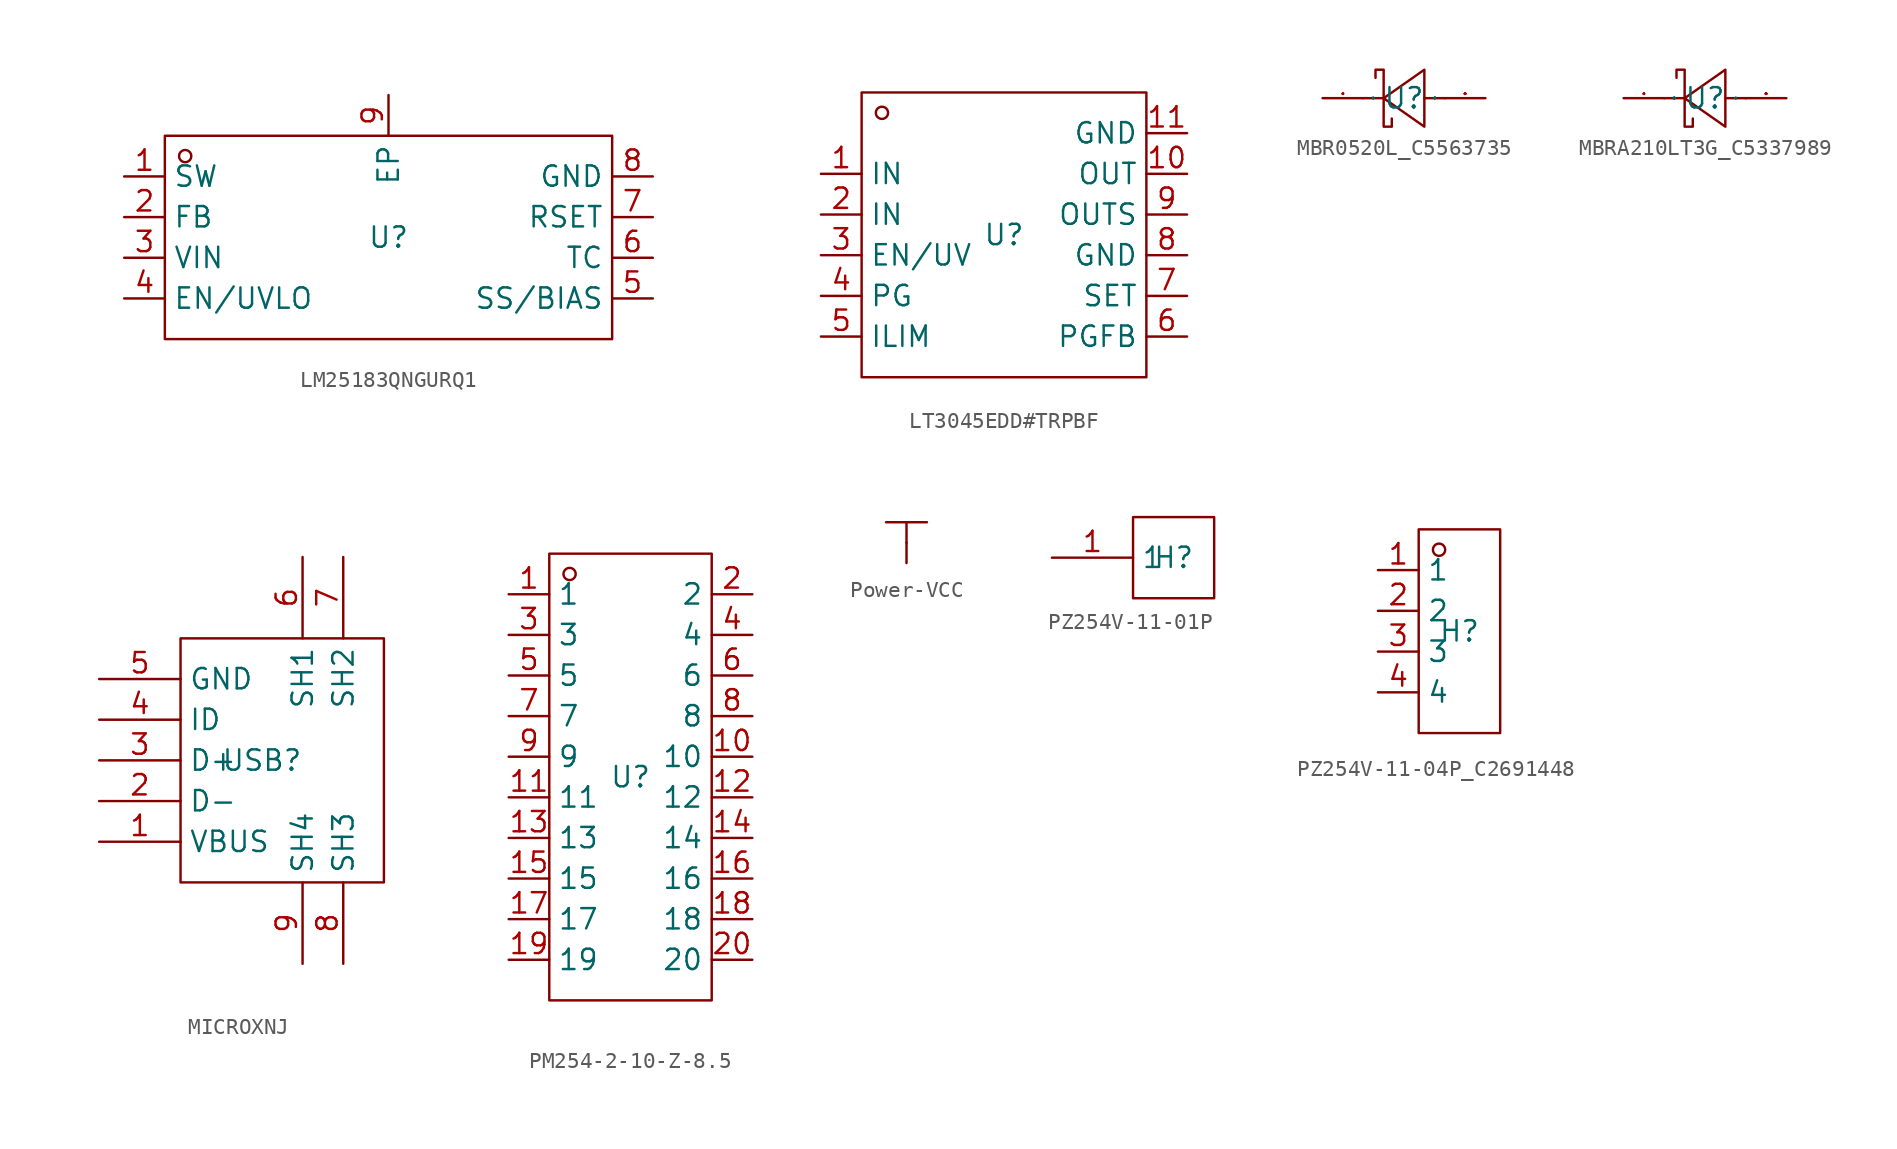
<source format=kicad_sym>
(kicad_symbol_lib
  (version 20241209)
  (generator "kicad_symbol_editor")
  (generator_version "9.0")
  (symbol "LM25183QNGURQ1"
    (property "Reference" "U"
      (at 0 0 0)
      (effects (font (size 1.27 1.27))))
    (property "Value" ""
      (at 0 0 0)
      (effects (font (size 1.27 1.27))))
    (symbol "LM25183QNGURQ1_1_0"
      (rectangle (start -13.97 -6.35) (end 13.97 6.35) (stroke (width 0) (type default)) (fill (type none)))
      (circle (center -12.7 5.08) (radius 0.381) (stroke (width 0) (type default)) (fill (type none)))
      (pin unspecified line (at -16.51 3.81 0) (length 2.54) (name "SW" (effects (font (size 1.27 1.27)))) (number "1" (effects (font (size 1.27 1.27)))))
      (pin unspecified line (at -16.51 1.27 0) (length 2.54) (name "FB" (effects (font (size 1.27 1.27)))) (number "2" (effects (font (size 1.27 1.27)))))
      (pin unspecified line (at -16.51 -1.27 0) (length 2.54) (name "VIN" (effects (font (size 1.27 1.27)))) (number "3" (effects (font (size 1.27 1.27)))))
      (pin unspecified line (at -16.51 -3.81 0) (length 2.54) (name "EN/UVLO" (effects (font (size 1.27 1.27)))) (number "4" (effects (font (size 1.27 1.27)))))
      (pin unspecified line (at 0 8.89 270) (length 2.54) (name "EP" (effects (font (size 1.27 1.27)))) (number "9" (effects (font (size 1.27 1.27)))))
      (pin unspecified line (at 16.51 3.81 180) (length 2.54) (name "GND" (effects (font (size 1.27 1.27)))) (number "8" (effects (font (size 1.27 1.27)))))
      (pin unspecified line (at 16.51 1.27 180) (length 2.54) (name "RSET" (effects (font (size 1.27 1.27)))) (number "7" (effects (font (size 1.27 1.27)))))
      (pin unspecified line (at 16.51 -1.27 180) (length 2.54) (name "TC" (effects (font (size 1.27 1.27)))) (number "6" (effects (font (size 1.27 1.27)))))
      (pin unspecified line (at 16.51 -3.81 180) (length 2.54) (name "SS/BIAS" (effects (font (size 1.27 1.27)))) (number "5" (effects (font (size 1.27 1.27)))))))
  (symbol "LT3045EDD#TRPBF"
    (property "Reference" "U"
      (at 0 0 0)
      (effects (font (size 1.27 1.27))))
    (property "Value" ""
      (at 0 0 0)
      (effects (font (size 1.27 1.27))))
    (symbol "LT3045EDD#TRPBF_1_0"
      (rectangle (start -8.89 -8.89) (end 8.89 8.89) (stroke (width 0) (type default)) (fill (type none)))
      (circle (center -7.62 7.62) (radius 0.381) (stroke (width 0) (type default)) (fill (type none)))
      (pin unspecified line (at -11.43 3.81 0) (length 2.54) (name "IN" (effects (font (size 1.27 1.27)))) (number "1" (effects (font (size 1.27 1.27)))))
      (pin unspecified line (at -11.43 1.27 0) (length 2.54) (name "IN" (effects (font (size 1.27 1.27)))) (number "2" (effects (font (size 1.27 1.27)))))
      (pin unspecified line (at -11.43 -1.27 0) (length 2.54) (name "EN/UV" (effects (font (size 1.27 1.27)))) (number "3" (effects (font (size 1.27 1.27)))))
      (pin unspecified line (at -11.43 -3.81 0) (length 2.54) (name "PG" (effects (font (size 1.27 1.27)))) (number "4" (effects (font (size 1.27 1.27)))))
      (pin unspecified line (at -11.43 -6.35 0) (length 2.54) (name "ILIM" (effects (font (size 1.27 1.27)))) (number "5" (effects (font (size 1.27 1.27)))))
      (pin unspecified line (at 11.43 6.35 180) (length 2.54) (name "GND" (effects (font (size 1.27 1.27)))) (number "11" (effects (font (size 1.27 1.27)))))
      (pin unspecified line (at 11.43 3.81 180) (length 2.54) (name "OUT" (effects (font (size 1.27 1.27)))) (number "10" (effects (font (size 1.27 1.27)))))
      (pin unspecified line (at 11.43 1.27 180) (length 2.54) (name "OUTS" (effects (font (size 1.27 1.27)))) (number "9" (effects (font (size 1.27 1.27)))))
      (pin unspecified line (at 11.43 -1.27 180) (length 2.54) (name "GND" (effects (font (size 1.27 1.27)))) (number "8" (effects (font (size 1.27 1.27)))))
      (pin unspecified line (at 11.43 -3.81 180) (length 2.54) (name "SET" (effects (font (size 1.27 1.27)))) (number "7" (effects (font (size 1.27 1.27)))))
      (pin unspecified line (at 11.43 -6.35 180) (length 2.54) (name "PGFB" (effects (font (size 1.27 1.27)))) (number "6" (effects (font (size 1.27 1.27)))))))
  (symbol "MBR0520L_C5563735"
    (property "Reference" "U"
      (at 0 0 0)
      (effects (font (size 1.27 1.27))))
    (property "Value" ""
      (at 0 0 0)
      (effects (font (size 1.27 1.27))))
    (symbol "MBR0520L_C5563735_1_0"
      (polyline (pts (xy -1.778 1.27) (xy -1.778 1.778) (xy -1.778 1.778) (xy -1.27 1.778) (xy -1.27 1.778) (xy -1.27 -1.778) (xy -1.27 -1.778) (xy -0.762 -1.778) (xy -0.762 -1.778) (xy -0.762 -1.27)) (stroke (width 0) (type default)) (fill (type none)))
      (polyline (pts (xy -1.27 0) (xy -2.54 0)) (stroke (width 0) (type default)) (fill (type none)))
      (polyline (pts (xy 1.27 1.778) (xy -1.27 0) (xy -1.27 0) (xy 1.27 -1.778) (xy 1.27 -1.778) (xy 1.27 1.778)) (stroke (width 0) (type default)) (fill (type none)))
      (polyline (pts (xy 2.54 0) (xy 1.27 0)) (stroke (width 0) (type default)) (fill (type none)))
      (pin unspecified line (at -5.08 0 0) (length 2.54) (name "1" (effects (font (size 0.025 0.025)))) (number "1" (effects (font (size 0.025 0.025)))))
      (pin unspecified line (at 5.08 0 180) (length 2.54) (name "2" (effects (font (size 0.025 0.025)))) (number "2" (effects (font (size 0.025 0.025)))))))
  (symbol "MBRA210LT3G_C5337989"
    (property "Reference" "U"
      (at 0 0 0)
      (effects (font (size 1.27 1.27))))
    (property "Value" ""
      (at 0 0 0)
      (effects (font (size 1.27 1.27))))
    (symbol "MBRA210LT3G_C5337989_1_0"
      (polyline (pts (xy -1.778 1.27) (xy -1.778 1.778) (xy -1.778 1.778) (xy -1.27 1.778) (xy -1.27 1.778) (xy -1.27 -1.778) (xy -1.27 -1.778) (xy -0.762 -1.778) (xy -0.762 -1.778) (xy -0.762 -1.27)) (stroke (width 0) (type default)) (fill (type none)))
      (polyline (pts (xy -1.27 0) (xy -2.54 0)) (stroke (width 0) (type default)) (fill (type none)))
      (polyline (pts (xy 1.27 1.778) (xy -1.27 0) (xy -1.27 0) (xy 1.27 -1.778) (xy 1.27 -1.778) (xy 1.27 1.778)) (stroke (width 0) (type default)) (fill (type none)))
      (polyline (pts (xy 2.54 0) (xy 1.27 0)) (stroke (width 0) (type default)) (fill (type none)))
      (pin unspecified line (at -5.08 0 0) (length 2.54) (name "C" (effects (font (size 0.025 0.025)))) (number "1" (effects (font (size 0.025 0.025)))))
      (pin unspecified line (at 5.08 0 180) (length 2.54) (name "A" (effects (font (size 0.025 0.025)))) (number "2" (effects (font (size 0.025 0.025)))))))
  (symbol "MICROXNJ"
    (property "Reference" "USB"
      (at 0 0 0)
      (effects (font (size 1.27 1.27))))
    (property "Value" ""
      (at 0 0 0)
      (effects (font (size 1.27 1.27))))
    (symbol "MICROXNJ_1_0"
      (rectangle (start -5.08 -7.62) (end 7.62 7.62) (stroke (width 0) (type default)) (fill (type none)))
      (pin unspecified line (at -10.16 5.08 0) (length 5.08) (name "GND" (effects (font (size 1.27 1.27)))) (number "5" (effects (font (size 1.27 1.27)))))
      (pin unspecified line (at -10.16 2.54 0) (length 5.08) (name "ID" (effects (font (size 1.27 1.27)))) (number "4" (effects (font (size 1.27 1.27)))))
      (pin unspecified line (at -10.16 0 0) (length 5.08) (name "D+" (effects (font (size 1.27 1.27)))) (number "3" (effects (font (size 1.27 1.27)))))
      (pin unspecified line (at -10.16 -2.54 0) (length 5.08) (name "D-" (effects (font (size 1.27 1.27)))) (number "2" (effects (font (size 1.27 1.27)))))
      (pin unspecified line (at -10.16 -5.08 0) (length 5.08) (name "VBUS" (effects (font (size 1.27 1.27)))) (number "1" (effects (font (size 1.27 1.27)))))
      (pin unspecified line (at 2.54 12.7 270) (length 5.08) (name "SH1" (effects (font (size 1.27 1.27)))) (number "6" (effects (font (size 1.27 1.27)))))
      (pin unspecified line (at 2.54 -12.7 90) (length 5.08) (name "SH4" (effects (font (size 1.27 1.27)))) (number "9" (effects (font (size 1.27 1.27)))))
      (pin unspecified line (at 5.08 12.7 270) (length 5.08) (name "SH2" (effects (font (size 1.27 1.27)))) (number "7" (effects (font (size 1.27 1.27)))))
      (pin unspecified line (at 5.08 -12.7 90) (length 5.08) (name "SH3" (effects (font (size 1.27 1.27)))) (number "8" (effects (font (size 1.27 1.27)))))))
  (symbol "PM254-2-10-Z-8.5"
    (property "Reference" "U"
      (at 0 0 0)
      (effects (font (size 1.27 1.27))))
    (property "Value" ""
      (at 0 0 0)
      (effects (font (size 1.27 1.27))))
    (symbol "PM254-2-10-Z-8.5_1_0"
      (rectangle (start -5.08 -13.97) (end 5.08 13.97) (stroke (width 0) (type default)) (fill (type none)))
      (circle (center -3.81 12.7) (radius 0.381) (stroke (width 0) (type default)) (fill (type none)))
      (pin unspecified line (at -7.62 11.43 0) (length 2.54) (name "1" (effects (font (size 1.27 1.27)))) (number "1" (effects (font (size 1.27 1.27)))))
      (pin unspecified line (at -7.62 8.89 0) (length 2.54) (name "3" (effects (font (size 1.27 1.27)))) (number "3" (effects (font (size 1.27 1.27)))))
      (pin unspecified line (at -7.62 6.35 0) (length 2.54) (name "5" (effects (font (size 1.27 1.27)))) (number "5" (effects (font (size 1.27 1.27)))))
      (pin unspecified line (at -7.62 3.81 0) (length 2.54) (name "7" (effects (font (size 1.27 1.27)))) (number "7" (effects (font (size 1.27 1.27)))))
      (pin unspecified line (at -7.62 1.27 0) (length 2.54) (name "9" (effects (font (size 1.27 1.27)))) (number "9" (effects (font (size 1.27 1.27)))))
      (pin unspecified line (at -7.62 -1.27 0) (length 2.54) (name "11" (effects (font (size 1.27 1.27)))) (number "11" (effects (font (size 1.27 1.27)))))
      (pin unspecified line (at -7.62 -3.81 0) (length 2.54) (name "13" (effects (font (size 1.27 1.27)))) (number "13" (effects (font (size 1.27 1.27)))))
      (pin unspecified line (at -7.62 -6.35 0) (length 2.54) (name "15" (effects (font (size 1.27 1.27)))) (number "15" (effects (font (size 1.27 1.27)))))
      (pin unspecified line (at -7.62 -8.89 0) (length 2.54) (name "17" (effects (font (size 1.27 1.27)))) (number "17" (effects (font (size 1.27 1.27)))))
      (pin unspecified line (at -7.62 -11.43 0) (length 2.54) (name "19" (effects (font (size 1.27 1.27)))) (number "19" (effects (font (size 1.27 1.27)))))
      (pin unspecified line (at 7.62 11.43 180) (length 2.54) (name "2" (effects (font (size 1.27 1.27)))) (number "2" (effects (font (size 1.27 1.27)))))
      (pin unspecified line (at 7.62 8.89 180) (length 2.54) (name "4" (effects (font (size 1.27 1.27)))) (number "4" (effects (font (size 1.27 1.27)))))
      (pin unspecified line (at 7.62 6.35 180) (length 2.54) (name "6" (effects (font (size 1.27 1.27)))) (number "6" (effects (font (size 1.27 1.27)))))
      (pin unspecified line (at 7.62 3.81 180) (length 2.54) (name "8" (effects (font (size 1.27 1.27)))) (number "8" (effects (font (size 1.27 1.27)))))
      (pin unspecified line (at 7.62 1.27 180) (length 2.54) (name "10" (effects (font (size 1.27 1.27)))) (number "10" (effects (font (size 1.27 1.27)))))
      (pin unspecified line (at 7.62 -1.27 180) (length 2.54) (name "12" (effects (font (size 1.27 1.27)))) (number "12" (effects (font (size 1.27 1.27)))))
      (pin unspecified line (at 7.62 -3.81 180) (length 2.54) (name "14" (effects (font (size 1.27 1.27)))) (number "14" (effects (font (size 1.27 1.27)))))
      (pin unspecified line (at 7.62 -6.35 180) (length 2.54) (name "16" (effects (font (size 1.27 1.27)))) (number "16" (effects (font (size 1.27 1.27)))))
      (pin unspecified line (at 7.62 -8.89 180) (length 2.54) (name "18" (effects (font (size 1.27 1.27)))) (number "18" (effects (font (size 1.27 1.27)))))
      (pin unspecified line (at 7.62 -11.43 180) (length 2.54) (name "20" (effects (font (size 1.27 1.27)))) (number "20" (effects (font (size 1.27 1.27)))))))
  (symbol "Power-VCC"
    (power)
    (pin_numbers
      (hide yes))
    (pin_names
      (hide yes))
    (property "Reference" "#PWR"
      (at 0 0 0)
      (effects (font (size 1.27 1.27)) (hide yes)))
    (property "Value" ""
      (at 0 2.54 0)
      (effects (font (size 1.27 1.27)) (justify bottom)))
    (symbol "Power-VCC_1_0"
      (polyline (pts (xy -1.27 2.54) (xy 1.27 2.54)) (stroke (width 0) (type default)) (fill (type none)))
      (polyline (pts (xy 0 2.54) (xy 0 1.27)) (stroke (width 0) (type default)) (fill (type none)))
      (pin power_in line (at 0 0 90) (length 1.27) (name "" (effects (font (size 1.27 1.27)))) (number "1" (effects (font (size 0.025 0.025)))))))
  (symbol "PZ254V-11-01P"
    (property "Reference" "H"
      (at 0 0 0)
      (effects (font (size 1.27 1.27))))
    (property "Value" ""
      (at 0 0 0)
      (effects (font (size 1.27 1.27))))
    (symbol "PZ254V-11-01P_1_0"
      (rectangle (start -2.54 2.54) (end 2.54 -2.54) (stroke (width 0) (type default)) (fill (type none)))
      (pin unspecified line (at -7.62 0 0) (length 5.08) (name "1" (effects (font (size 1.27 1.27)))) (number "1" (effects (font (size 1.27 1.27)))))))
  (symbol "PZ254V-11-04P_C2691448"
    (property "Reference" "H"
      (at 0 0 0)
      (effects (font (size 1.27 1.27))))
    (property "Value" ""
      (at 0 0 0)
      (effects (font (size 1.27 1.27))))
    (symbol "PZ254V-11-04P_C2691448_1_0"
      (rectangle (start -2.54 -6.35) (end 2.54 6.35) (stroke (width 0) (type default)) (fill (type none)))
      (circle (center -1.27 5.08) (radius 0.381) (stroke (width 0) (type default)) (fill (type none)))
      (pin unspecified line (at -5.08 3.81 0) (length 2.54) (name "1" (effects (font (size 1.27 1.27)))) (number "1" (effects (font (size 1.27 1.27)))))
      (pin unspecified line (at -5.08 1.27 0) (length 2.54) (name "2" (effects (font (size 1.27 1.27)))) (number "2" (effects (font (size 1.27 1.27)))))
      (pin unspecified line (at -5.08 -1.27 0) (length 2.54) (name "3" (effects (font (size 1.27 1.27)))) (number "3" (effects (font (size 1.27 1.27)))))
      (pin unspecified line (at -5.08 -3.81 0) (length 2.54) (name "4" (effects (font (size 1.27 1.27)))) (number "4" (effects (font (size 1.27 1.27))))))))
</source>
